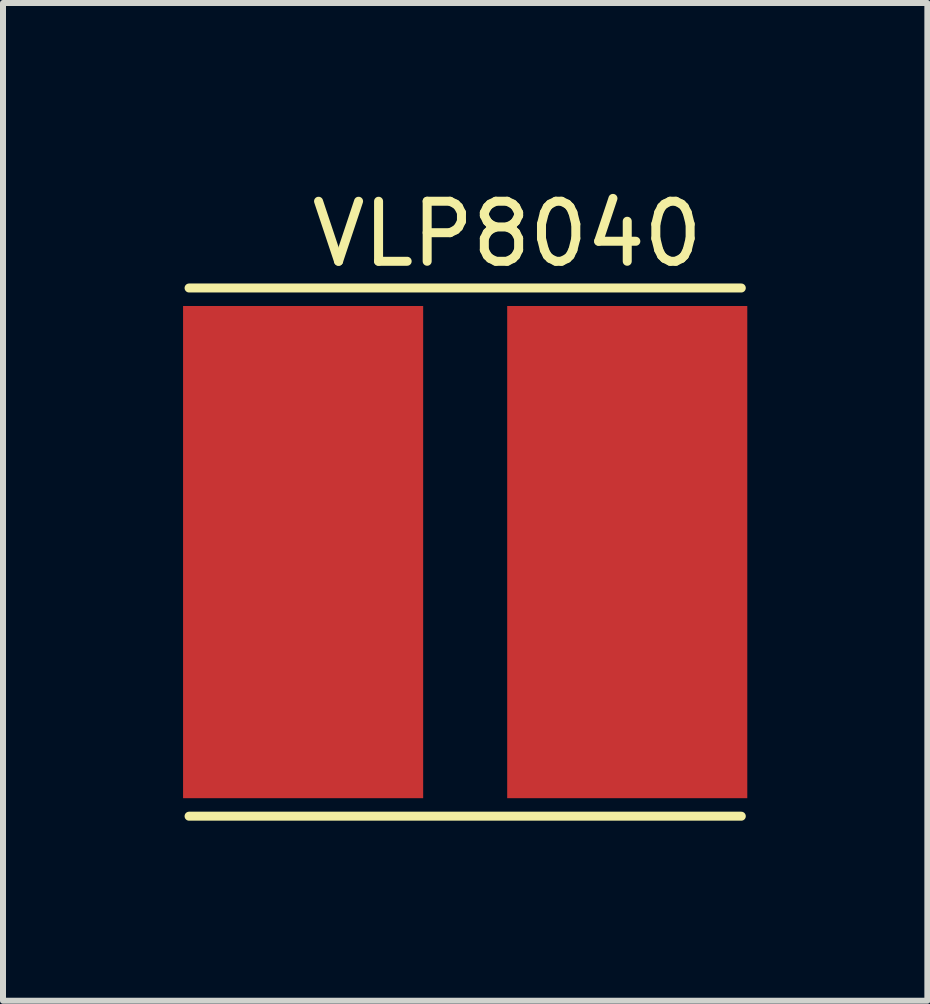
<source format=kicad_pcb>
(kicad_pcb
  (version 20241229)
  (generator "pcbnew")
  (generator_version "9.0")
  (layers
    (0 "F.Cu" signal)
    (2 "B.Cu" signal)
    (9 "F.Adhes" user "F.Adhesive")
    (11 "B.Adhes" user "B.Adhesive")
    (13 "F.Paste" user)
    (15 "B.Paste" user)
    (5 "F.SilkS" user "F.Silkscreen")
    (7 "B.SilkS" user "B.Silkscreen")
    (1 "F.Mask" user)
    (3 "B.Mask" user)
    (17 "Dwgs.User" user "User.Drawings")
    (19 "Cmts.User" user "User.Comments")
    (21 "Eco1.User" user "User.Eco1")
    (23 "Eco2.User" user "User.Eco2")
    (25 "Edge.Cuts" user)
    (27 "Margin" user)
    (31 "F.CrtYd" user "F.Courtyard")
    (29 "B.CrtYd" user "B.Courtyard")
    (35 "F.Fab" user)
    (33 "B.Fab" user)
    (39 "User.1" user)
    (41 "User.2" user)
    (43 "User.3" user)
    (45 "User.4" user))
  (footprint "VLP8040"
    (layer "F.Cu")
    (at 4.7 6.148)
    (property "Reference" "VLP8040" (at 0.7 -5.3 0) (layer "F.SilkS") (effects (font (size 1 1) (thickness 0.15))))
    (attr through_hole)
    (fp_line (start -4.6 -4.4) (end 4.6 -4.4) (stroke (width 0.15) (type solid)) (layer "F.SilkS"))
    (fp_line (start -4.6 4.4) (end 4.6 4.4) (stroke (width 0.15) (type solid)) (layer "F.SilkS"))
    (pad "1" smd rect (at 2.7 0) (size 4 8.2) (layers "F.Cu" "F.Mask" "F.Paste"))
    (pad "2" smd rect (at -2.7 0) (size 4 8.2) (layers "F.Cu" "F.Mask" "F.Paste")))
  (gr_rect
    (start -3 -3)
    (end 12.4 13.623)
    (stroke (width 0.1) (type default))
    (fill no)
    (layer "Edge.Cuts")))
</source>
